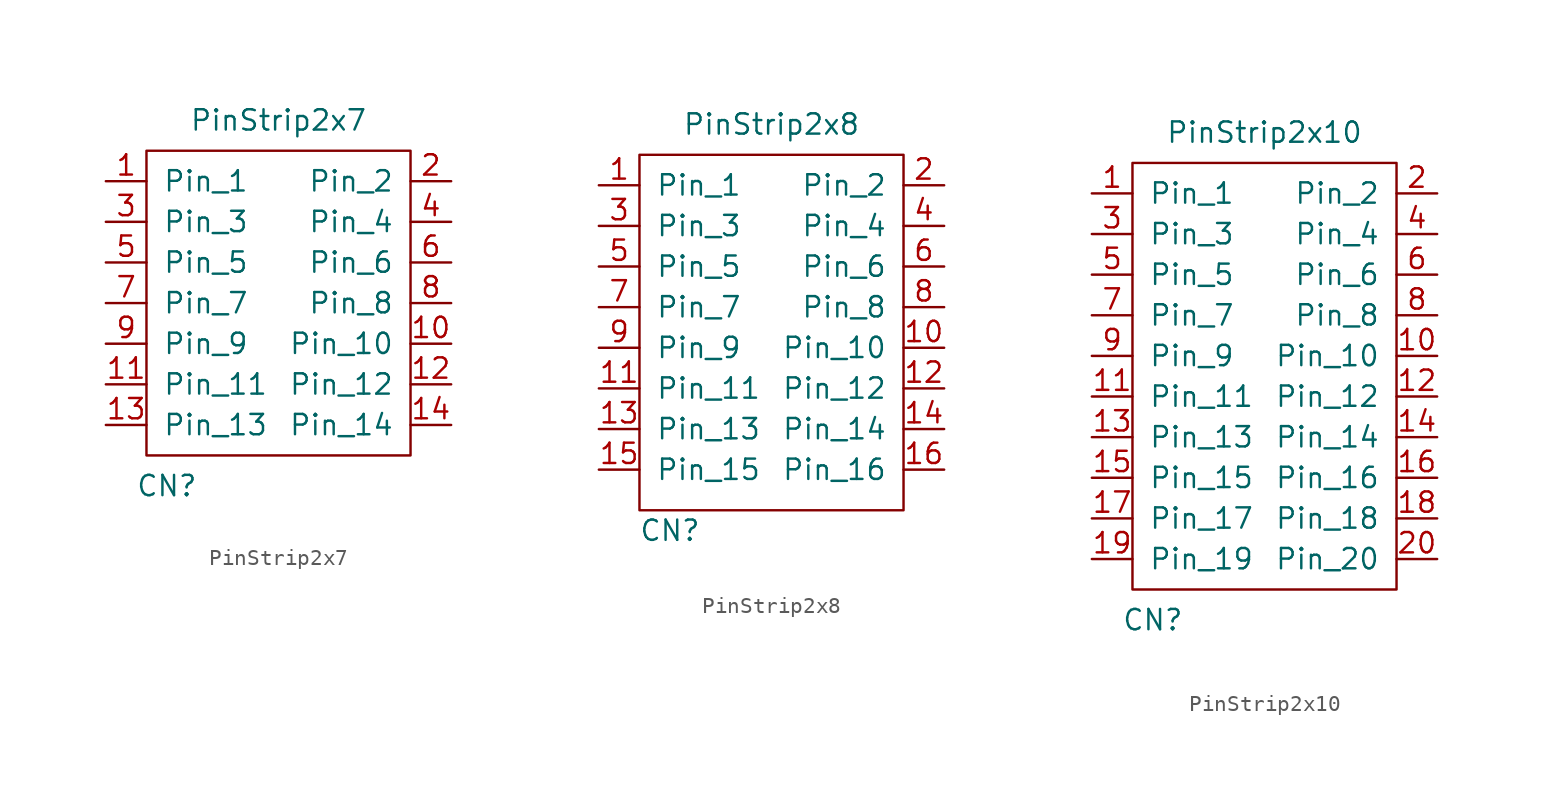
<source format=kicad_sym>
(kicad_symbol_lib
  (version 20211014)
  (generator kicad_symbol_editor)
  (symbol "PinStrip2x7"
    (pin_names
      (offset 1.016))
    (property "Reference" "CN"
      (at -6.985 -10.795 0)
      (effects (font (size 1.27 1.27))))
    (property "Value" "PinStrip2x7"
      (at 0 12.065 0)
      (effects (font (size 1.27 1.27))))
    (symbol "PinStrip2x7_0_1"
      (rectangle (start -8.255 10.16) (end 8.255 -8.89) (stroke (width 0) (type default) (color 0 0 0 0)) (fill (type none))))
    (symbol "PinStrip2x7_1_1"
      (pin passive line (at -10.795 8.255 0) (length 2.54) (name "Pin_1" (effects (font (size 1.27 1.27)))) (number "1" (effects (font (size 1.27 1.27)))))
      (pin passive line (at 10.795 -1.905 180) (length 2.54) (name "Pin_10" (effects (font (size 1.27 1.27)))) (number "10" (effects (font (size 1.27 1.27)))))
      (pin passive line (at -10.795 -4.445 0) (length 2.54) (name "Pin_11" (effects (font (size 1.27 1.27)))) (number "11" (effects (font (size 1.27 1.27)))))
      (pin passive line (at 10.795 -4.445 180) (length 2.54) (name "Pin_12" (effects (font (size 1.27 1.27)))) (number "12" (effects (font (size 1.27 1.27)))))
      (pin passive line (at -10.795 -6.985 0) (length 2.54) (name "Pin_13" (effects (font (size 1.27 1.27)))) (number "13" (effects (font (size 1.27 1.27)))))
      (pin passive line (at 10.795 -6.985 180) (length 2.54) (name "Pin_14" (effects (font (size 1.27 1.27)))) (number "14" (effects (font (size 1.27 1.27)))))
      (pin passive line (at 10.795 8.255 180) (length 2.54) (name "Pin_2" (effects (font (size 1.27 1.27)))) (number "2" (effects (font (size 1.27 1.27)))))
      (pin passive line (at -10.795 5.715 0) (length 2.54) (name "Pin_3" (effects (font (size 1.27 1.27)))) (number "3" (effects (font (size 1.27 1.27)))))
      (pin passive line (at 10.795 5.715 180) (length 2.54) (name "Pin_4" (effects (font (size 1.27 1.27)))) (number "4" (effects (font (size 1.27 1.27)))))
      (pin passive line (at -10.795 3.175 0) (length 2.54) (name "Pin_5" (effects (font (size 1.27 1.27)))) (number "5" (effects (font (size 1.27 1.27)))))
      (pin passive line (at 10.795 3.175 180) (length 2.54) (name "Pin_6" (effects (font (size 1.27 1.27)))) (number "6" (effects (font (size 1.27 1.27)))))
      (pin passive line (at -10.795 0.635 0) (length 2.54) (name "Pin_7" (effects (font (size 1.27 1.27)))) (number "7" (effects (font (size 1.27 1.27)))))
      (pin passive line (at 10.795 0.635 180) (length 2.54) (name "Pin_8" (effects (font (size 1.27 1.27)))) (number "8" (effects (font (size 1.27 1.27)))))
      (pin passive line (at -10.795 -1.905 0) (length 2.54) (name "Pin_9" (effects (font (size 1.27 1.27)))) (number "9" (effects (font (size 1.27 1.27)))))))
  (symbol "PinStrip2x8"
    (pin_names
      (offset 1.016))
    (property "Reference" "CN"
      (at -6.35 -13.335 0)
      (effects (font (size 1.27 1.27))))
    (property "Value" "PinStrip2x8"
      (at 0 12.065 0)
      (effects (font (size 1.27 1.27))))
    (symbol "PinStrip2x8_0_1"
      (rectangle (start -8.255 10.16) (end 8.255 -12.065) (stroke (width 0) (type default) (color 0 0 0 0)) (fill (type none))))
    (symbol "PinStrip2x8_1_1"
      (pin bidirectional line (at -10.795 8.255 0) (length 2.54) (name "Pin_1" (effects (font (size 1.27 1.27)))) (number "1" (effects (font (size 1.27 1.27)))))
      (pin bidirectional line (at 10.795 -1.905 180) (length 2.54) (name "Pin_10" (effects (font (size 1.27 1.27)))) (number "10" (effects (font (size 1.27 1.27)))))
      (pin bidirectional line (at -10.795 -4.445 0) (length 2.54) (name "Pin_11" (effects (font (size 1.27 1.27)))) (number "11" (effects (font (size 1.27 1.27)))))
      (pin bidirectional line (at 10.795 -4.445 180) (length 2.54) (name "Pin_12" (effects (font (size 1.27 1.27)))) (number "12" (effects (font (size 1.27 1.27)))))
      (pin bidirectional line (at -10.795 -6.985 0) (length 2.54) (name "Pin_13" (effects (font (size 1.27 1.27)))) (number "13" (effects (font (size 1.27 1.27)))))
      (pin bidirectional line (at 10.795 -6.985 180) (length 2.54) (name "Pin_14" (effects (font (size 1.27 1.27)))) (number "14" (effects (font (size 1.27 1.27)))))
      (pin bidirectional line (at -10.795 -9.525 0) (length 2.54) (name "Pin_15" (effects (font (size 1.27 1.27)))) (number "15" (effects (font (size 1.27 1.27)))))
      (pin bidirectional line (at 10.795 -9.525 180) (length 2.54) (name "Pin_16" (effects (font (size 1.27 1.27)))) (number "16" (effects (font (size 1.27 1.27)))))
      (pin bidirectional line (at 10.795 8.255 180) (length 2.54) (name "Pin_2" (effects (font (size 1.27 1.27)))) (number "2" (effects (font (size 1.27 1.27)))))
      (pin bidirectional line (at -10.795 5.715 0) (length 2.54) (name "Pin_3" (effects (font (size 1.27 1.27)))) (number "3" (effects (font (size 1.27 1.27)))))
      (pin bidirectional line (at 10.795 5.715 180) (length 2.54) (name "Pin_4" (effects (font (size 1.27 1.27)))) (number "4" (effects (font (size 1.27 1.27)))))
      (pin bidirectional line (at -10.795 3.175 0) (length 2.54) (name "Pin_5" (effects (font (size 1.27 1.27)))) (number "5" (effects (font (size 1.27 1.27)))))
      (pin bidirectional line (at 10.795 3.175 180) (length 2.54) (name "Pin_6" (effects (font (size 1.27 1.27)))) (number "6" (effects (font (size 1.27 1.27)))))
      (pin bidirectional line (at -10.795 0.635 0) (length 2.54) (name "Pin_7" (effects (font (size 1.27 1.27)))) (number "7" (effects (font (size 1.27 1.27)))))
      (pin bidirectional line (at 10.795 0.635 180) (length 2.54) (name "Pin_8" (effects (font (size 1.27 1.27)))) (number "8" (effects (font (size 1.27 1.27)))))
      (pin bidirectional line (at -10.795 -1.905 0) (length 2.54) (name "Pin_9" (effects (font (size 1.27 1.27)))) (number "9" (effects (font (size 1.27 1.27)))))))
  (symbol "PinStrip2x10"
    (pin_names
      (offset 1.016))
    (property "Reference" "CN"
      (at -6.985 -18.415 0)
      (effects (font (size 1.27 1.27))))
    (property "Value" "PinStrip2x10"
      (at 0 12.065 0)
      (effects (font (size 1.27 1.27))))
    (symbol "PinStrip2x10_0_1"
      (rectangle (start -8.255 10.16) (end 8.255 -16.51) (stroke (width 0) (type default) (color 0 0 0 0)) (fill (type none))))
    (symbol "PinStrip2x10_1_1"
      (pin passive line (at -10.795 8.255 0) (length 2.54) (name "Pin_1" (effects (font (size 1.27 1.27)))) (number "1" (effects (font (size 1.27 1.27)))))
      (pin passive line (at 10.795 -1.905 180) (length 2.54) (name "Pin_10" (effects (font (size 1.27 1.27)))) (number "10" (effects (font (size 1.27 1.27)))))
      (pin passive line (at -10.795 -4.445 0) (length 2.54) (name "Pin_11" (effects (font (size 1.27 1.27)))) (number "11" (effects (font (size 1.27 1.27)))))
      (pin passive line (at 10.795 -4.445 180) (length 2.54) (name "Pin_12" (effects (font (size 1.27 1.27)))) (number "12" (effects (font (size 1.27 1.27)))))
      (pin passive line (at -10.795 -6.985 0) (length 2.54) (name "Pin_13" (effects (font (size 1.27 1.27)))) (number "13" (effects (font (size 1.27 1.27)))))
      (pin passive line (at 10.795 -6.985 180) (length 2.54) (name "Pin_14" (effects (font (size 1.27 1.27)))) (number "14" (effects (font (size 1.27 1.27)))))
      (pin passive line (at -10.795 -9.525 0) (length 2.54) (name "Pin_15" (effects (font (size 1.27 1.27)))) (number "15" (effects (font (size 1.27 1.27)))))
      (pin passive line (at 10.795 -9.525 180) (length 2.54) (name "Pin_16" (effects (font (size 1.27 1.27)))) (number "16" (effects (font (size 1.27 1.27)))))
      (pin passive line (at -10.795 -12.065 0) (length 2.54) (name "Pin_17" (effects (font (size 1.27 1.27)))) (number "17" (effects (font (size 1.27 1.27)))))
      (pin passive line (at 10.795 -12.065 180) (length 2.54) (name "Pin_18" (effects (font (size 1.27 1.27)))) (number "18" (effects (font (size 1.27 1.27)))))
      (pin passive line (at -10.795 -14.605 0) (length 2.54) (name "Pin_19" (effects (font (size 1.27 1.27)))) (number "19" (effects (font (size 1.27 1.27)))))
      (pin passive line (at 10.795 8.255 180) (length 2.54) (name "Pin_2" (effects (font (size 1.27 1.27)))) (number "2" (effects (font (size 1.27 1.27)))))
      (pin passive line (at 10.795 -14.605 180) (length 2.54) (name "Pin_20" (effects (font (size 1.27 1.27)))) (number "20" (effects (font (size 1.27 1.27)))))
      (pin passive line (at -10.795 5.715 0) (length 2.54) (name "Pin_3" (effects (font (size 1.27 1.27)))) (number "3" (effects (font (size 1.27 1.27)))))
      (pin passive line (at 10.795 5.715 180) (length 2.54) (name "Pin_4" (effects (font (size 1.27 1.27)))) (number "4" (effects (font (size 1.27 1.27)))))
      (pin passive line (at -10.795 3.175 0) (length 2.54) (name "Pin_5" (effects (font (size 1.27 1.27)))) (number "5" (effects (font (size 1.27 1.27)))))
      (pin passive line (at 10.795 3.175 180) (length 2.54) (name "Pin_6" (effects (font (size 1.27 1.27)))) (number "6" (effects (font (size 1.27 1.27)))))
      (pin passive line (at -10.795 0.635 0) (length 2.54) (name "Pin_7" (effects (font (size 1.27 1.27)))) (number "7" (effects (font (size 1.27 1.27)))))
      (pin passive line (at 10.795 0.635 180) (length 2.54) (name "Pin_8" (effects (font (size 1.27 1.27)))) (number "8" (effects (font (size 1.27 1.27)))))
      (pin passive line (at -10.795 -1.905 0) (length 2.54) (name "Pin_9" (effects (font (size 1.27 1.27)))) (number "9" (effects (font (size 1.27 1.27))))))))
</source>
